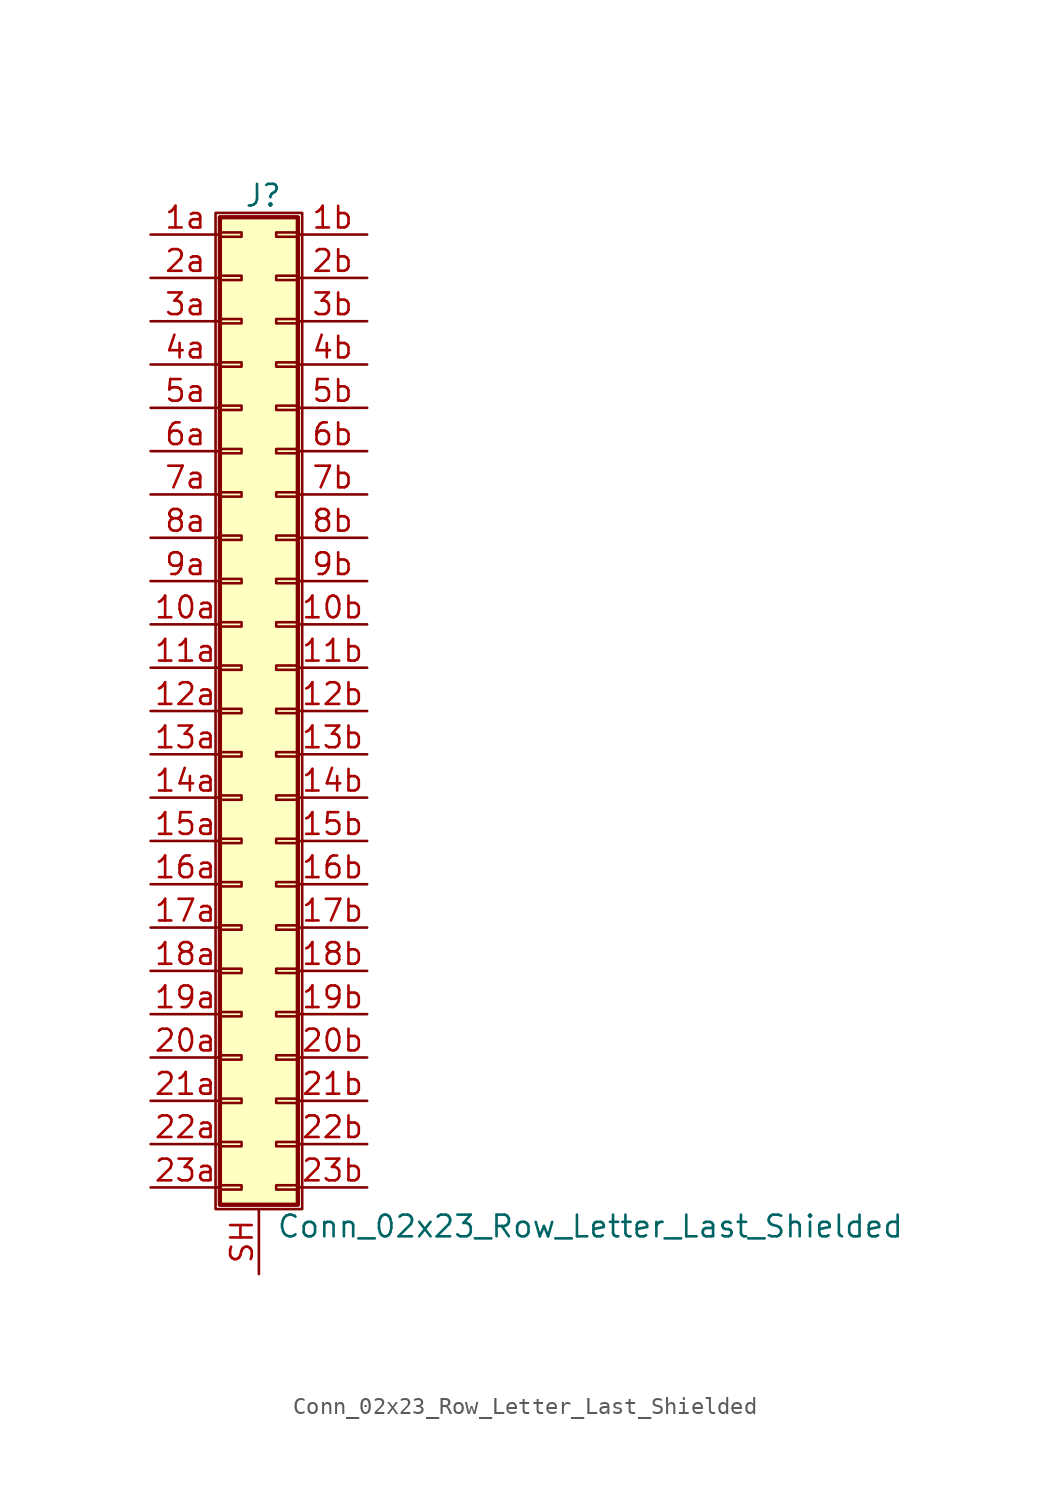
<source format=kicad_sym>
(kicad_symbol_lib
  (version 20201005)
  (generator kicad_symbol_editor)
  (symbol "Connector_Generic_Shielded:Conn_02x23_Row_Letter_Last_Shielded"
    (pin_names
      (offset 1.016) hide)
    (property "Reference" "J"
      (at 1.524 30.226 0)
      (effects (font (size 1.27 1.27))))
    (property "Value" "Conn_02x23_Row_Letter_Last_Shielded"
      (at 2.286 -30.226 0)
      (effects (font (size 1.27 1.27)) (justify left)))
    (symbol "Conn_02x23_Row_Letter_Last_Shielded_1_1"
      (rectangle (start -1.016 -27.813) (end 0.254 -28.067) (stroke (width 0.152)) (fill (type none)))
      (rectangle (start -1.016 -4.953) (end 0.254 -5.207) (stroke (width 0.152)) (fill (type none)))
      (rectangle (start -1.016 -7.493) (end 0.254 -7.747) (stroke (width 0.152)) (fill (type none)))
      (rectangle (start -1.016 -10.033) (end 0.254 -10.287) (stroke (width 0.152)) (fill (type none)))
      (rectangle (start -1.016 -12.573) (end 0.254 -12.827) (stroke (width 0.152)) (fill (type none)))
      (rectangle (start -1.016 -15.113) (end 0.254 -15.367) (stroke (width 0.152)) (fill (type none)))
      (rectangle (start -1.016 -17.653) (end 0.254 -17.907) (stroke (width 0.152)) (fill (type none)))
      (rectangle (start -1.016 -20.193) (end 0.254 -20.447) (stroke (width 0.152)) (fill (type none)))
      (rectangle (start -1.016 -22.733) (end 0.254 -22.987) (stroke (width 0.152)) (fill (type none)))
      (rectangle (start -1.016 -2.413) (end 0.254 -2.667) (stroke (width 0.152)) (fill (type none)))
      (rectangle (start -1.016 -25.273) (end 0.254 -25.527) (stroke (width 0.152)) (fill (type none)))
      (rectangle (start -1.016 25.527) (end 0.254 25.273) (stroke (width 0.152)) (fill (type none)))
      (rectangle (start -1.016 2.667) (end 0.254 2.413) (stroke (width 0.152)) (fill (type none)))
      (rectangle (start -1.016 28.067) (end 0.254 27.813) (stroke (width 0.152)) (fill (type none)))
      (rectangle (start -1.016 28.956) (end 3.556 -28.956) (stroke (width 0.254)) (fill (type background)))
      (rectangle (start -1.016 5.207) (end 0.254 4.953) (stroke (width 0.152)) (fill (type none)))
      (rectangle (start -1.016 7.747) (end 0.254 7.493) (stroke (width 0.152)) (fill (type none)))
      (rectangle (start -1.016 10.287) (end 0.254 10.033) (stroke (width 0.152)) (fill (type none)))
      (rectangle (start -1.016 0.127) (end 0.254 -0.127) (stroke (width 0.152)) (fill (type none)))
      (rectangle (start -1.016 12.827) (end 0.254 12.573) (stroke (width 0.152)) (fill (type none)))
      (rectangle (start -1.016 15.367) (end 0.254 15.113) (stroke (width 0.152)) (fill (type none)))
      (rectangle (start -1.016 17.907) (end 0.254 17.653) (stroke (width 0.152)) (fill (type none)))
      (rectangle (start -1.016 20.447) (end 0.254 20.193) (stroke (width 0.152)) (fill (type none)))
      (rectangle (start -1.016 22.987) (end 0.254 22.733) (stroke (width 0.152)) (fill (type none)))
      (rectangle (start -1.27 29.21) (end 3.81 -29.21) (stroke (width 0.152)) (fill (type none)))
      (rectangle (start 3.556 -27.813) (end 2.286 -28.067) (stroke (width 0.152)) (fill (type none)))
      (rectangle (start 3.556 -4.953) (end 2.286 -5.207) (stroke (width 0.152)) (fill (type none)))
      (rectangle (start 3.556 -7.493) (end 2.286 -7.747) (stroke (width 0.152)) (fill (type none)))
      (rectangle (start 3.556 -10.033) (end 2.286 -10.287) (stroke (width 0.152)) (fill (type none)))
      (rectangle (start 3.556 -12.573) (end 2.286 -12.827) (stroke (width 0.152)) (fill (type none)))
      (rectangle (start 3.556 -15.113) (end 2.286 -15.367) (stroke (width 0.152)) (fill (type none)))
      (rectangle (start 3.556 -17.653) (end 2.286 -17.907) (stroke (width 0.152)) (fill (type none)))
      (rectangle (start 3.556 -20.193) (end 2.286 -20.447) (stroke (width 0.152)) (fill (type none)))
      (rectangle (start 3.556 -22.733) (end 2.286 -22.987) (stroke (width 0.152)) (fill (type none)))
      (rectangle (start 3.556 -2.413) (end 2.286 -2.667) (stroke (width 0.152)) (fill (type none)))
      (rectangle (start 3.556 -25.273) (end 2.286 -25.527) (stroke (width 0.152)) (fill (type none)))
      (rectangle (start 3.556 25.527) (end 2.286 25.273) (stroke (width 0.152)) (fill (type none)))
      (rectangle (start 3.556 2.667) (end 2.286 2.413) (stroke (width 0.152)) (fill (type none)))
      (rectangle (start 3.556 28.067) (end 2.286 27.813) (stroke (width 0.152)) (fill (type none)))
      (rectangle (start 3.556 5.207) (end 2.286 4.953) (stroke (width 0.152)) (fill (type none)))
      (rectangle (start 3.556 7.747) (end 2.286 7.493) (stroke (width 0.152)) (fill (type none)))
      (rectangle (start 3.556 10.287) (end 2.286 10.033) (stroke (width 0.152)) (fill (type none)))
      (rectangle (start 3.556 0.127) (end 2.286 -0.127) (stroke (width 0.152)) (fill (type none)))
      (rectangle (start 3.556 12.827) (end 2.286 12.573) (stroke (width 0.152)) (fill (type none)))
      (rectangle (start 3.556 15.367) (end 2.286 15.113) (stroke (width 0.152)) (fill (type none)))
      (rectangle (start 3.556 17.907) (end 2.286 17.653) (stroke (width 0.152)) (fill (type none)))
      (rectangle (start 3.556 20.447) (end 2.286 20.193) (stroke (width 0.152)) (fill (type none)))
      (rectangle (start 3.556 22.987) (end 2.286 22.733) (stroke (width 0.152)) (fill (type none)))
      (pin passive line (at -5.08 5.08 0) (length 4.064) (name "Pin_10a" (effects (font (size 1.27 1.27)))) (number "10a" (effects (font (size 1.27 1.27)))))
      (pin passive line (at 7.62 5.08 180) (length 4.064) (name "Pin_10b" (effects (font (size 1.27 1.27)))) (number "10b" (effects (font (size 1.27 1.27)))))
      (pin passive line (at -5.08 2.54 0) (length 4.064) (name "Pin_11a" (effects (font (size 1.27 1.27)))) (number "11a" (effects (font (size 1.27 1.27)))))
      (pin passive line (at 7.62 2.54 180) (length 4.064) (name "Pin_11b" (effects (font (size 1.27 1.27)))) (number "11b" (effects (font (size 1.27 1.27)))))
      (pin passive line (at -5.08 0 0) (length 4.064) (name "Pin_12a" (effects (font (size 1.27 1.27)))) (number "12a" (effects (font (size 1.27 1.27)))))
      (pin passive line (at 7.62 0 180) (length 4.064) (name "Pin_12b" (effects (font (size 1.27 1.27)))) (number "12b" (effects (font (size 1.27 1.27)))))
      (pin passive line (at -5.08 -2.54 0) (length 4.064) (name "Pin_13a" (effects (font (size 1.27 1.27)))) (number "13a" (effects (font (size 1.27 1.27)))))
      (pin passive line (at 7.62 -2.54 180) (length 4.064) (name "Pin_13b" (effects (font (size 1.27 1.27)))) (number "13b" (effects (font (size 1.27 1.27)))))
      (pin passive line (at -5.08 -5.08 0) (length 4.064) (name "Pin_14a" (effects (font (size 1.27 1.27)))) (number "14a" (effects (font (size 1.27 1.27)))))
      (pin passive line (at 7.62 -5.08 180) (length 4.064) (name "Pin_14b" (effects (font (size 1.27 1.27)))) (number "14b" (effects (font (size 1.27 1.27)))))
      (pin passive line (at -5.08 -7.62 0) (length 4.064) (name "Pin_15a" (effects (font (size 1.27 1.27)))) (number "15a" (effects (font (size 1.27 1.27)))))
      (pin passive line (at 7.62 -7.62 180) (length 4.064) (name "Pin_15b" (effects (font (size 1.27 1.27)))) (number "15b" (effects (font (size 1.27 1.27)))))
      (pin passive line (at -5.08 -10.16 0) (length 4.064) (name "Pin_16a" (effects (font (size 1.27 1.27)))) (number "16a" (effects (font (size 1.27 1.27)))))
      (pin passive line (at 7.62 -10.16 180) (length 4.064) (name "Pin_16b" (effects (font (size 1.27 1.27)))) (number "16b" (effects (font (size 1.27 1.27)))))
      (pin passive line (at -5.08 -12.7 0) (length 4.064) (name "Pin_17a" (effects (font (size 1.27 1.27)))) (number "17a" (effects (font (size 1.27 1.27)))))
      (pin passive line (at 7.62 -12.7 180) (length 4.064) (name "Pin_17b" (effects (font (size 1.27 1.27)))) (number "17b" (effects (font (size 1.27 1.27)))))
      (pin passive line (at -5.08 -15.24 0) (length 4.064) (name "Pin_18a" (effects (font (size 1.27 1.27)))) (number "18a" (effects (font (size 1.27 1.27)))))
      (pin passive line (at 7.62 -15.24 180) (length 4.064) (name "Pin_18b" (effects (font (size 1.27 1.27)))) (number "18b" (effects (font (size 1.27 1.27)))))
      (pin passive line (at -5.08 -17.78 0) (length 4.064) (name "Pin_19a" (effects (font (size 1.27 1.27)))) (number "19a" (effects (font (size 1.27 1.27)))))
      (pin passive line (at 7.62 -17.78 180) (length 4.064) (name "Pin_19b" (effects (font (size 1.27 1.27)))) (number "19b" (effects (font (size 1.27 1.27)))))
      (pin passive line (at -5.08 27.94 0) (length 4.064) (name "Pin_1a" (effects (font (size 1.27 1.27)))) (number "1a" (effects (font (size 1.27 1.27)))))
      (pin passive line (at 7.62 27.94 180) (length 4.064) (name "Pin_1b" (effects (font (size 1.27 1.27)))) (number "1b" (effects (font (size 1.27 1.27)))))
      (pin passive line (at -5.08 -20.32 0) (length 4.064) (name "Pin_20a" (effects (font (size 1.27 1.27)))) (number "20a" (effects (font (size 1.27 1.27)))))
      (pin passive line (at 7.62 -20.32 180) (length 4.064) (name "Pin_20b" (effects (font (size 1.27 1.27)))) (number "20b" (effects (font (size 1.27 1.27)))))
      (pin passive line (at -5.08 -22.86 0) (length 4.064) (name "Pin_21a" (effects (font (size 1.27 1.27)))) (number "21a" (effects (font (size 1.27 1.27)))))
      (pin passive line (at 7.62 -22.86 180) (length 4.064) (name "Pin_21b" (effects (font (size 1.27 1.27)))) (number "21b" (effects (font (size 1.27 1.27)))))
      (pin passive line (at -5.08 -25.4 0) (length 4.064) (name "Pin_22a" (effects (font (size 1.27 1.27)))) (number "22a" (effects (font (size 1.27 1.27)))))
      (pin passive line (at 7.62 -25.4 180) (length 4.064) (name "Pin_22b" (effects (font (size 1.27 1.27)))) (number "22b" (effects (font (size 1.27 1.27)))))
      (pin passive line (at -5.08 -27.94 0) (length 4.064) (name "Pin_23a" (effects (font (size 1.27 1.27)))) (number "23a" (effects (font (size 1.27 1.27)))))
      (pin passive line (at 7.62 -27.94 180) (length 4.064) (name "Pin_23b" (effects (font (size 1.27 1.27)))) (number "23b" (effects (font (size 1.27 1.27)))))
      (pin passive line (at -5.08 25.4 0) (length 4.064) (name "Pin_2a" (effects (font (size 1.27 1.27)))) (number "2a" (effects (font (size 1.27 1.27)))))
      (pin passive line (at 7.62 25.4 180) (length 4.064) (name "Pin_2b" (effects (font (size 1.27 1.27)))) (number "2b" (effects (font (size 1.27 1.27)))))
      (pin passive line (at -5.08 22.86 0) (length 4.064) (name "Pin_3a" (effects (font (size 1.27 1.27)))) (number "3a" (effects (font (size 1.27 1.27)))))
      (pin passive line (at 7.62 22.86 180) (length 4.064) (name "Pin_3b" (effects (font (size 1.27 1.27)))) (number "3b" (effects (font (size 1.27 1.27)))))
      (pin passive line (at -5.08 20.32 0) (length 4.064) (name "Pin_4a" (effects (font (size 1.27 1.27)))) (number "4a" (effects (font (size 1.27 1.27)))))
      (pin passive line (at 7.62 20.32 180) (length 4.064) (name "Pin_4b" (effects (font (size 1.27 1.27)))) (number "4b" (effects (font (size 1.27 1.27)))))
      (pin passive line (at -5.08 17.78 0) (length 4.064) (name "Pin_5a" (effects (font (size 1.27 1.27)))) (number "5a" (effects (font (size 1.27 1.27)))))
      (pin passive line (at 7.62 17.78 180) (length 4.064) (name "Pin_5b" (effects (font (size 1.27 1.27)))) (number "5b" (effects (font (size 1.27 1.27)))))
      (pin passive line (at -5.08 15.24 0) (length 4.064) (name "Pin_6a" (effects (font (size 1.27 1.27)))) (number "6a" (effects (font (size 1.27 1.27)))))
      (pin passive line (at 7.62 15.24 180) (length 4.064) (name "Pin_6b" (effects (font (size 1.27 1.27)))) (number "6b" (effects (font (size 1.27 1.27)))))
      (pin passive line (at -5.08 12.7 0) (length 4.064) (name "Pin_7a" (effects (font (size 1.27 1.27)))) (number "7a" (effects (font (size 1.27 1.27)))))
      (pin passive line (at 7.62 12.7 180) (length 4.064) (name "Pin_7b" (effects (font (size 1.27 1.27)))) (number "7b" (effects (font (size 1.27 1.27)))))
      (pin passive line (at -5.08 10.16 0) (length 4.064) (name "Pin_8a" (effects (font (size 1.27 1.27)))) (number "8a" (effects (font (size 1.27 1.27)))))
      (pin passive line (at 7.62 10.16 180) (length 4.064) (name "Pin_8b" (effects (font (size 1.27 1.27)))) (number "8b" (effects (font (size 1.27 1.27)))))
      (pin passive line (at -5.08 7.62 0) (length 4.064) (name "Pin_9a" (effects (font (size 1.27 1.27)))) (number "9a" (effects (font (size 1.27 1.27)))))
      (pin passive line (at 7.62 7.62 180) (length 4.064) (name "Pin_9b" (effects (font (size 1.27 1.27)))) (number "9b" (effects (font (size 1.27 1.27)))))
      (pin passive line (at 1.27 -33.02 90) (length 3.81) (name "Shield" (effects (font (size 1.27 1.27)))) (number "SH" (effects (font (size 1.27 1.27))))))))
</source>
